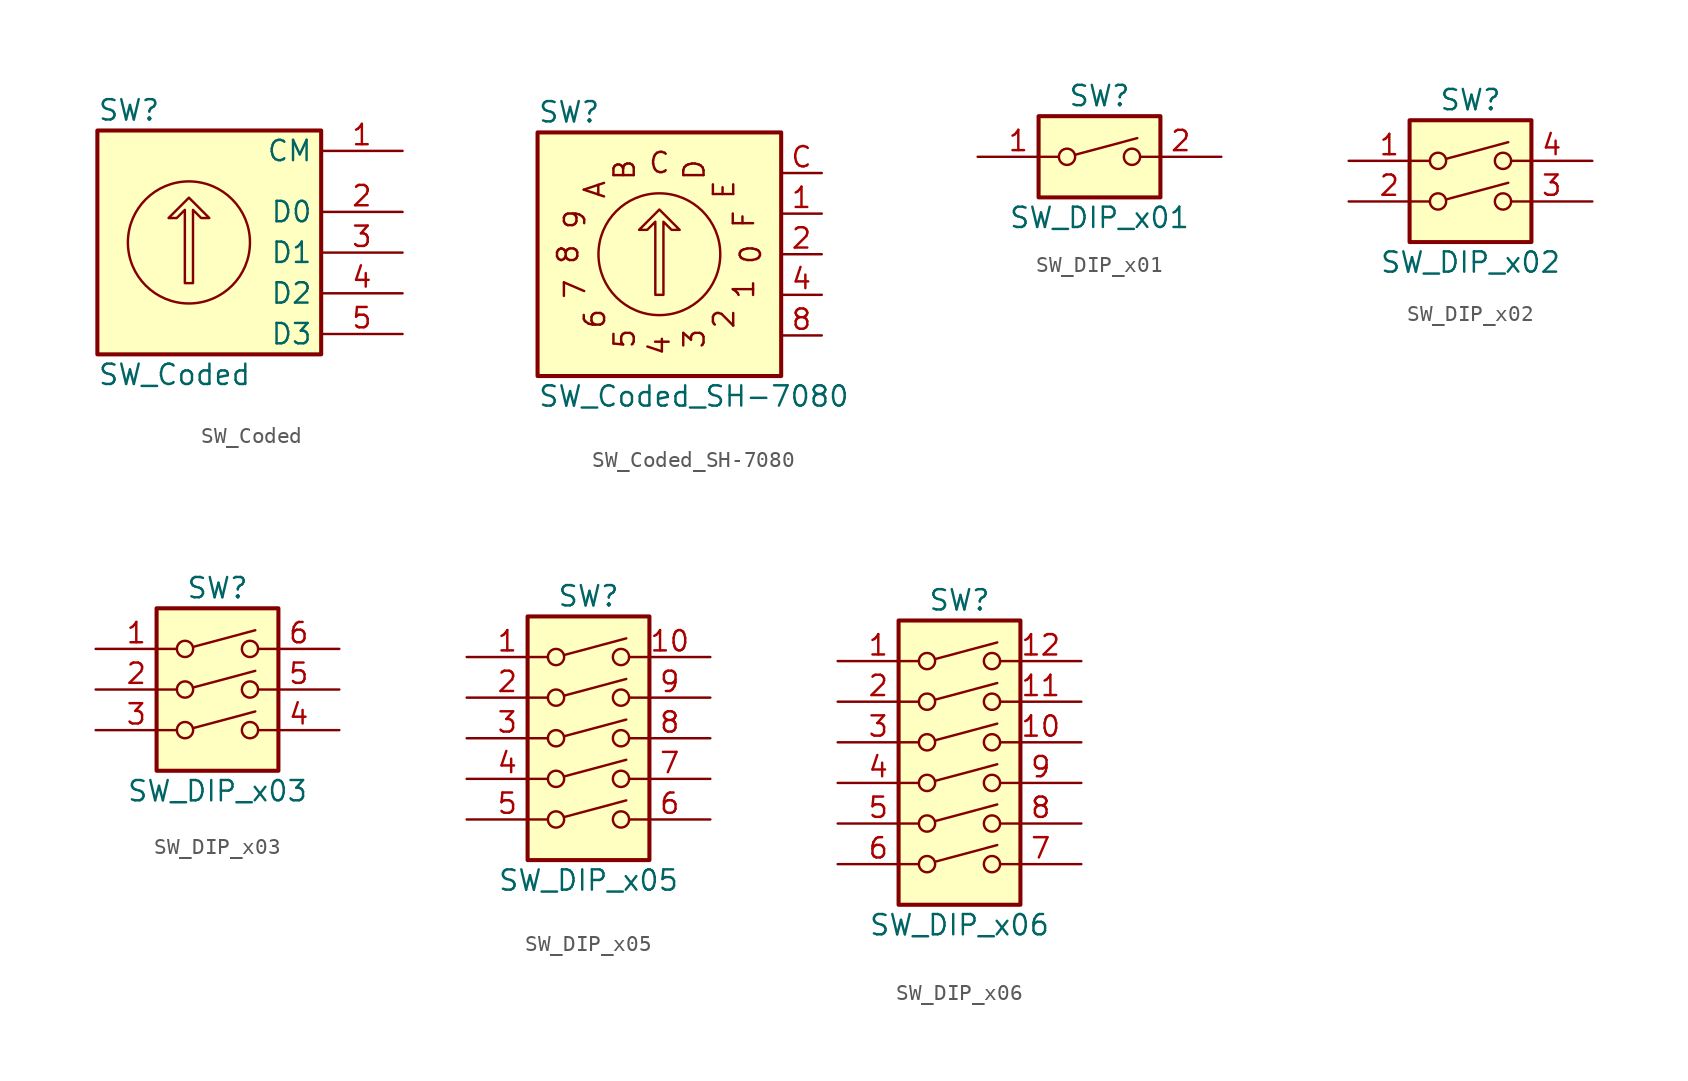
<source format=kicad_sym>
(kicad_symbol_lib
  (version 20201005)
  (generator kicad_symbol_editor)
  (symbol "SW_Coded"
    (property "Reference" "SW"
      (at -6.35 8.89 0)
      (effects (font (size 1.27 1.27)) (justify left)))
    (property "Value" "SW_Coded"
      (at -6.35 -7.62 0)
      (effects (font (size 1.27 1.27)) (justify left)))
    (symbol "SW_Coded_0_1"
      (circle (center -0.635 0.635) (radius 3.81) (stroke (width 0)) (fill (type none)))
      (rectangle (start 7.62 7.62) (end -6.35 -6.35) (stroke (width 0.254)) (fill (type background)))
      (polyline (pts (xy -0.889 -1.905) (xy -0.889 2.667) (xy -1.397 2.159) (xy -1.905 2.159) (xy -0.635 3.429) (xy 0.635 2.159) (xy 0.127 2.159) (xy -0.381 2.667) (xy -0.381 -1.905) (xy -0.889 -1.905) (xy -0.889 -1.905)) (stroke (width 0)) (fill (type none))))
    (symbol "SW_Coded_1_1"
      (pin passive line (at 12.7 6.35 180) (length 5.08) (name "CM" (effects (font (size 1.27 1.27)))) (number "1" (effects (font (size 1.27 1.27)))))
      (pin passive line (at 12.7 2.54 180) (length 5.08) (name "D0" (effects (font (size 1.27 1.27)))) (number "2" (effects (font (size 1.27 1.27)))))
      (pin passive line (at 12.7 0 180) (length 5.08) (name "D1" (effects (font (size 1.27 1.27)))) (number "3" (effects (font (size 1.27 1.27)))))
      (pin passive line (at 12.7 -2.54 180) (length 5.08) (name "D2" (effects (font (size 1.27 1.27)))) (number "4" (effects (font (size 1.27 1.27)))))
      (pin passive line (at 12.7 -5.08 180) (length 5.08) (name "D3" (effects (font (size 1.27 1.27)))) (number "5" (effects (font (size 1.27 1.27)))))))
  (symbol "SW_Coded_SH-7080"
    (pin_names hide)
    (property "Reference" "SW"
      (at -7.62 8.89 0)
      (effects (font (size 1.27 1.27)) (justify left)))
    (property "Value" "SW_Coded_SH-7080"
      (at -7.62 -8.89 0)
      (effects (font (size 1.27 1.27)) (justify left)))
    (symbol "SW_Coded_SH-7080_0_0"
      (text "0" (at 5.715 0 2700) (effects (font (size 1.27 1.27))))
      (text "1" (at 5.283 -2.184 2475) (effects (font (size 1.27 1.27))))
      (text "2" (at 4.039 -4.039 2250) (effects (font (size 1.27 1.27))))
      (text "3" (at 2.184 -5.283 2025) (effects (font (size 1.27 1.27))))
      (text "4" (at 0 -5.715 1800) (effects (font (size 1.27 1.27))))
      (text "5" (at -2.184 -5.283 1575) (effects (font (size 1.27 1.27))))
      (text "6" (at -4.039 -4.039 1350) (effects (font (size 1.27 1.27))))
      (text "7" (at -5.283 -2.184 1125) (effects (font (size 1.27 1.27))))
      (text "8" (at -5.715 0 900) (effects (font (size 1.27 1.27))))
      (text "9" (at -5.283 2.184 675) (effects (font (size 1.27 1.27))))
      (text "A" (at -4.039 4.039 450) (effects (font (size 1.27 1.27))))
      (text "B" (at -2.184 5.283 225) (effects (font (size 1.27 1.27))))
      (text "C" (at 0 5.715 0) (effects (font (size 1.27 1.27))))
      (text "D" (at 2.184 5.283 3375) (effects (font (size 1.27 1.27))))
      (text "E" (at 4.039 4.039 3150) (effects (font (size 1.27 1.27))))
      (text "F" (at 5.283 2.184 2925) (effects (font (size 1.27 1.27)))))
    (symbol "SW_Coded_SH-7080_0_1"
      (circle (center 0 0) (radius 3.81) (stroke (width 0)) (fill (type none)))
      (rectangle (start 7.62 7.62) (end -7.62 -7.62) (stroke (width 0.254)) (fill (type background)))
      (polyline (pts (xy -0.254 -2.54) (xy -0.254 2.032) (xy -0.762 1.524) (xy -1.27 1.524) (xy 0 2.794) (xy 1.27 1.524) (xy 0.762 1.524) (xy 0.254 2.032) (xy 0.254 -2.54) (xy -0.254 -2.54) (xy -0.254 -2.54)) (stroke (width 0)) (fill (type none))))
    (symbol "SW_Coded_SH-7080_1_1"
      (pin passive line (at 10.16 2.54 180) (length 2.54) (name "1" (effects (font (size 1.27 1.27)))) (number "1" (effects (font (size 1.27 1.27)))))
      (pin passive line (at 10.16 0 180) (length 2.54) (name "2" (effects (font (size 1.27 1.27)))) (number "2" (effects (font (size 1.27 1.27)))))
      (pin passive line (at 10.16 -2.54 180) (length 2.54) (name "4" (effects (font (size 1.27 1.27)))) (number "4" (effects (font (size 1.27 1.27)))))
      (pin passive line (at 10.16 -5.08 180) (length 2.54) (name "8" (effects (font (size 1.27 1.27)))) (number "8" (effects (font (size 1.27 1.27)))))
      (pin passive line (at 10.16 5.08 180) (length 2.54) (name "C" (effects (font (size 1.27 1.27)))) (number "C" (effects (font (size 1.27 1.27)))))))
  (symbol "SW_DIP_x01"
    (pin_names
      (offset 0) hide)
    (property "Reference" "SW"
      (at 0 3.81 0)
      (effects (font (size 1.27 1.27))))
    (property "Value" "SW_DIP_x01"
      (at 0 -3.81 0)
      (effects (font (size 1.27 1.27))))
    (symbol "SW_DIP_x01_0_0"
      (circle (center -2.032 0) (radius 0.508) (stroke (width 0)) (fill (type none)))
      (circle (center 2.032 0) (radius 0.508) (stroke (width 0)) (fill (type none)))
      (polyline (pts (xy -1.524 0.127) (xy 2.362 1.168)) (stroke (width 0)) (fill (type none))))
    (symbol "SW_DIP_x01_0_1"
      (rectangle (start -3.81 2.54) (end 3.81 -2.54) (stroke (width 0.254)) (fill (type background))))
    (symbol "SW_DIP_x01_1_1"
      (pin passive line (at -7.62 0 0) (length 5.08) (name "~" (effects (font (size 1.27 1.27)))) (number "1" (effects (font (size 1.27 1.27)))))
      (pin passive line (at 7.62 0 180) (length 5.08) (name "~" (effects (font (size 1.27 1.27)))) (number "2" (effects (font (size 1.27 1.27)))))))
  (symbol "SW_DIP_x02"
    (pin_names
      (offset 0) hide)
    (property "Reference" "SW"
      (at 0 6.35 0)
      (effects (font (size 1.27 1.27))))
    (property "Value" "SW_DIP_x02"
      (at 0 -3.81 0)
      (effects (font (size 1.27 1.27))))
    (symbol "SW_DIP_x02_0_0"
      (circle (center -2.032 0) (radius 0.508) (stroke (width 0)) (fill (type none)))
      (circle (center -2.032 2.54) (radius 0.508) (stroke (width 0)) (fill (type none)))
      (circle (center 2.032 0) (radius 0.508) (stroke (width 0)) (fill (type none)))
      (circle (center 2.032 2.54) (radius 0.508) (stroke (width 0)) (fill (type none)))
      (polyline (pts (xy -1.524 0.127) (xy 2.362 1.168)) (stroke (width 0)) (fill (type none)))
      (polyline (pts (xy -1.524 2.667) (xy 2.362 3.708)) (stroke (width 0)) (fill (type none))))
    (symbol "SW_DIP_x02_0_1"
      (rectangle (start -3.81 5.08) (end 3.81 -2.54) (stroke (width 0.254)) (fill (type background))))
    (symbol "SW_DIP_x02_1_1"
      (pin passive line (at -7.62 2.54 0) (length 5.08) (name "~" (effects (font (size 1.27 1.27)))) (number "1" (effects (font (size 1.27 1.27)))))
      (pin passive line (at -7.62 0 0) (length 5.08) (name "~" (effects (font (size 1.27 1.27)))) (number "2" (effects (font (size 1.27 1.27)))))
      (pin passive line (at 7.62 0 180) (length 5.08) (name "~" (effects (font (size 1.27 1.27)))) (number "3" (effects (font (size 1.27 1.27)))))
      (pin passive line (at 7.62 2.54 180) (length 5.08) (name "~" (effects (font (size 1.27 1.27)))) (number "4" (effects (font (size 1.27 1.27)))))))
  (symbol "SW_DIP_x03"
    (pin_names
      (offset 0) hide)
    (property "Reference" "SW"
      (at 0 8.89 0)
      (effects (font (size 1.27 1.27))))
    (property "Value" "SW_DIP_x03"
      (at 0 -3.81 0)
      (effects (font (size 1.27 1.27))))
    (symbol "SW_DIP_x03_0_0"
      (circle (center -2.032 0) (radius 0.508) (stroke (width 0)) (fill (type none)))
      (circle (center -2.032 2.54) (radius 0.508) (stroke (width 0)) (fill (type none)))
      (circle (center -2.032 5.08) (radius 0.508) (stroke (width 0)) (fill (type none)))
      (circle (center 2.032 0) (radius 0.508) (stroke (width 0)) (fill (type none)))
      (circle (center 2.032 2.54) (radius 0.508) (stroke (width 0)) (fill (type none)))
      (circle (center 2.032 5.08) (radius 0.508) (stroke (width 0)) (fill (type none)))
      (polyline (pts (xy -1.524 0.127) (xy 2.362 1.168)) (stroke (width 0)) (fill (type none)))
      (polyline (pts (xy -1.524 2.667) (xy 2.362 3.708)) (stroke (width 0)) (fill (type none)))
      (polyline (pts (xy -1.524 5.207) (xy 2.362 6.248)) (stroke (width 0)) (fill (type none))))
    (symbol "SW_DIP_x03_0_1"
      (rectangle (start -3.81 7.62) (end 3.81 -2.54) (stroke (width 0.254)) (fill (type background))))
    (symbol "SW_DIP_x03_1_1"
      (pin passive line (at -7.62 5.08 0) (length 5.08) (name "~" (effects (font (size 1.27 1.27)))) (number "1" (effects (font (size 1.27 1.27)))))
      (pin passive line (at -7.62 2.54 0) (length 5.08) (name "~" (effects (font (size 1.27 1.27)))) (number "2" (effects (font (size 1.27 1.27)))))
      (pin passive line (at -7.62 0 0) (length 5.08) (name "~" (effects (font (size 1.27 1.27)))) (number "3" (effects (font (size 1.27 1.27)))))
      (pin passive line (at 7.62 0 180) (length 5.08) (name "~" (effects (font (size 1.27 1.27)))) (number "4" (effects (font (size 1.27 1.27)))))
      (pin passive line (at 7.62 2.54 180) (length 5.08) (name "~" (effects (font (size 1.27 1.27)))) (number "5" (effects (font (size 1.27 1.27)))))
      (pin passive line (at 7.62 5.08 180) (length 5.08) (name "~" (effects (font (size 1.27 1.27)))) (number "6" (effects (font (size 1.27 1.27)))))))
  (symbol "SW_DIP_x05"
    (pin_names
      (offset 0) hide)
    (property "Reference" "SW"
      (at 0 8.89 0)
      (effects (font (size 1.27 1.27))))
    (property "Value" "SW_DIP_x05"
      (at 0 -8.89 0)
      (effects (font (size 1.27 1.27))))
    (symbol "SW_DIP_x05_0_0"
      (circle (center -2.032 -5.08) (radius 0.508) (stroke (width 0)) (fill (type none)))
      (circle (center -2.032 -2.54) (radius 0.508) (stroke (width 0)) (fill (type none)))
      (circle (center -2.032 0) (radius 0.508) (stroke (width 0)) (fill (type none)))
      (circle (center -2.032 2.54) (radius 0.508) (stroke (width 0)) (fill (type none)))
      (circle (center -2.032 5.08) (radius 0.508) (stroke (width 0)) (fill (type none)))
      (circle (center 2.032 -5.08) (radius 0.508) (stroke (width 0)) (fill (type none)))
      (circle (center 2.032 -2.54) (radius 0.508) (stroke (width 0)) (fill (type none)))
      (circle (center 2.032 0) (radius 0.508) (stroke (width 0)) (fill (type none)))
      (circle (center 2.032 2.54) (radius 0.508) (stroke (width 0)) (fill (type none)))
      (circle (center 2.032 5.08) (radius 0.508) (stroke (width 0)) (fill (type none)))
      (polyline (pts (xy -1.524 -4.928) (xy 2.362 -3.886)) (stroke (width 0)) (fill (type none)))
      (polyline (pts (xy -1.524 -2.388) (xy 2.362 -1.346)) (stroke (width 0)) (fill (type none)))
      (polyline (pts (xy -1.524 0.127) (xy 2.362 1.168)) (stroke (width 0)) (fill (type none)))
      (polyline (pts (xy -1.524 2.667) (xy 2.362 3.708)) (stroke (width 0)) (fill (type none)))
      (polyline (pts (xy -1.524 5.207) (xy 2.362 6.248)) (stroke (width 0)) (fill (type none))))
    (symbol "SW_DIP_x05_0_1"
      (rectangle (start -3.81 7.62) (end 3.81 -7.62) (stroke (width 0.254)) (fill (type background))))
    (symbol "SW_DIP_x05_1_1"
      (pin passive line (at -7.62 5.08 0) (length 5.08) (name "~" (effects (font (size 1.27 1.27)))) (number "1" (effects (font (size 1.27 1.27)))))
      (pin passive line (at 7.62 5.08 180) (length 5.08) (name "~" (effects (font (size 1.27 1.27)))) (number "10" (effects (font (size 1.27 1.27)))))
      (pin passive line (at -7.62 2.54 0) (length 5.08) (name "~" (effects (font (size 1.27 1.27)))) (number "2" (effects (font (size 1.27 1.27)))))
      (pin passive line (at -7.62 0 0) (length 5.08) (name "~" (effects (font (size 1.27 1.27)))) (number "3" (effects (font (size 1.27 1.27)))))
      (pin passive line (at -7.62 -2.54 0) (length 5.08) (name "~" (effects (font (size 1.27 1.27)))) (number "4" (effects (font (size 1.27 1.27)))))
      (pin passive line (at -7.62 -5.08 0) (length 5.08) (name "~" (effects (font (size 1.27 1.27)))) (number "5" (effects (font (size 1.27 1.27)))))
      (pin passive line (at 7.62 -5.08 180) (length 5.08) (name "~" (effects (font (size 1.27 1.27)))) (number "6" (effects (font (size 1.27 1.27)))))
      (pin passive line (at 7.62 -2.54 180) (length 5.08) (name "~" (effects (font (size 1.27 1.27)))) (number "7" (effects (font (size 1.27 1.27)))))
      (pin passive line (at 7.62 0 180) (length 5.08) (name "~" (effects (font (size 1.27 1.27)))) (number "8" (effects (font (size 1.27 1.27)))))
      (pin passive line (at 7.62 2.54 180) (length 5.08) (name "~" (effects (font (size 1.27 1.27)))) (number "9" (effects (font (size 1.27 1.27)))))))
  (symbol "SW_DIP_x06"
    (pin_names
      (offset 0) hide)
    (property "Reference" "SW"
      (at 0 11.43 0)
      (effects (font (size 1.27 1.27))))
    (property "Value" "SW_DIP_x06"
      (at 0 -8.89 0)
      (effects (font (size 1.27 1.27))))
    (symbol "SW_DIP_x06_0_0"
      (circle (center -2.032 -5.08) (radius 0.508) (stroke (width 0)) (fill (type none)))
      (circle (center -2.032 -2.54) (radius 0.508) (stroke (width 0)) (fill (type none)))
      (circle (center -2.032 0) (radius 0.508) (stroke (width 0)) (fill (type none)))
      (circle (center -2.032 2.54) (radius 0.508) (stroke (width 0)) (fill (type none)))
      (circle (center -2.032 5.08) (radius 0.508) (stroke (width 0)) (fill (type none)))
      (circle (center -2.032 7.62) (radius 0.508) (stroke (width 0)) (fill (type none)))
      (circle (center 2.032 -5.08) (radius 0.508) (stroke (width 0)) (fill (type none)))
      (circle (center 2.032 -2.54) (radius 0.508) (stroke (width 0)) (fill (type none)))
      (circle (center 2.032 0) (radius 0.508) (stroke (width 0)) (fill (type none)))
      (circle (center 2.032 2.54) (radius 0.508) (stroke (width 0)) (fill (type none)))
      (circle (center 2.032 5.08) (radius 0.508) (stroke (width 0)) (fill (type none)))
      (circle (center 2.032 7.62) (radius 0.508) (stroke (width 0)) (fill (type none)))
      (polyline (pts (xy -1.524 -4.928) (xy 2.362 -3.886)) (stroke (width 0)) (fill (type none)))
      (polyline (pts (xy -1.524 -2.388) (xy 2.362 -1.346)) (stroke (width 0)) (fill (type none)))
      (polyline (pts (xy -1.524 0.127) (xy 2.362 1.168)) (stroke (width 0)) (fill (type none)))
      (polyline (pts (xy -1.524 2.667) (xy 2.362 3.708)) (stroke (width 0)) (fill (type none)))
      (polyline (pts (xy -1.524 5.207) (xy 2.362 6.248)) (stroke (width 0)) (fill (type none)))
      (polyline (pts (xy -1.524 7.747) (xy 2.362 8.788)) (stroke (width 0)) (fill (type none))))
    (symbol "SW_DIP_x06_0_1"
      (rectangle (start -3.81 10.16) (end 3.81 -7.62) (stroke (width 0.254)) (fill (type background))))
    (symbol "SW_DIP_x06_1_1"
      (pin passive line (at -7.62 7.62 0) (length 5.08) (name "~" (effects (font (size 1.27 1.27)))) (number "1" (effects (font (size 1.27 1.27)))))
      (pin passive line (at 7.62 2.54 180) (length 5.08) (name "~" (effects (font (size 1.27 1.27)))) (number "10" (effects (font (size 1.27 1.27)))))
      (pin passive line (at 7.62 5.08 180) (length 5.08) (name "~" (effects (font (size 1.27 1.27)))) (number "11" (effects (font (size 1.27 1.27)))))
      (pin passive line (at 7.62 7.62 180) (length 5.08) (name "~" (effects (font (size 1.27 1.27)))) (number "12" (effects (font (size 1.27 1.27)))))
      (pin passive line (at -7.62 5.08 0) (length 5.08) (name "~" (effects (font (size 1.27 1.27)))) (number "2" (effects (font (size 1.27 1.27)))))
      (pin passive line (at -7.62 2.54 0) (length 5.08) (name "~" (effects (font (size 1.27 1.27)))) (number "3" (effects (font (size 1.27 1.27)))))
      (pin passive line (at -7.62 0 0) (length 5.08) (name "~" (effects (font (size 1.27 1.27)))) (number "4" (effects (font (size 1.27 1.27)))))
      (pin passive line (at -7.62 -2.54 0) (length 5.08) (name "~" (effects (font (size 1.27 1.27)))) (number "5" (effects (font (size 1.27 1.27)))))
      (pin passive line (at -7.62 -5.08 0) (length 5.08) (name "~" (effects (font (size 1.27 1.27)))) (number "6" (effects (font (size 1.27 1.27)))))
      (pin passive line (at 7.62 -5.08 180) (length 5.08) (name "~" (effects (font (size 1.27 1.27)))) (number "7" (effects (font (size 1.27 1.27)))))
      (pin passive line (at 7.62 -2.54 180) (length 5.08) (name "~" (effects (font (size 1.27 1.27)))) (number "8" (effects (font (size 1.27 1.27)))))
      (pin passive line (at 7.62 0 180) (length 5.08) (name "~" (effects (font (size 1.27 1.27)))) (number "9" (effects (font (size 1.27 1.27))))))))
</source>
